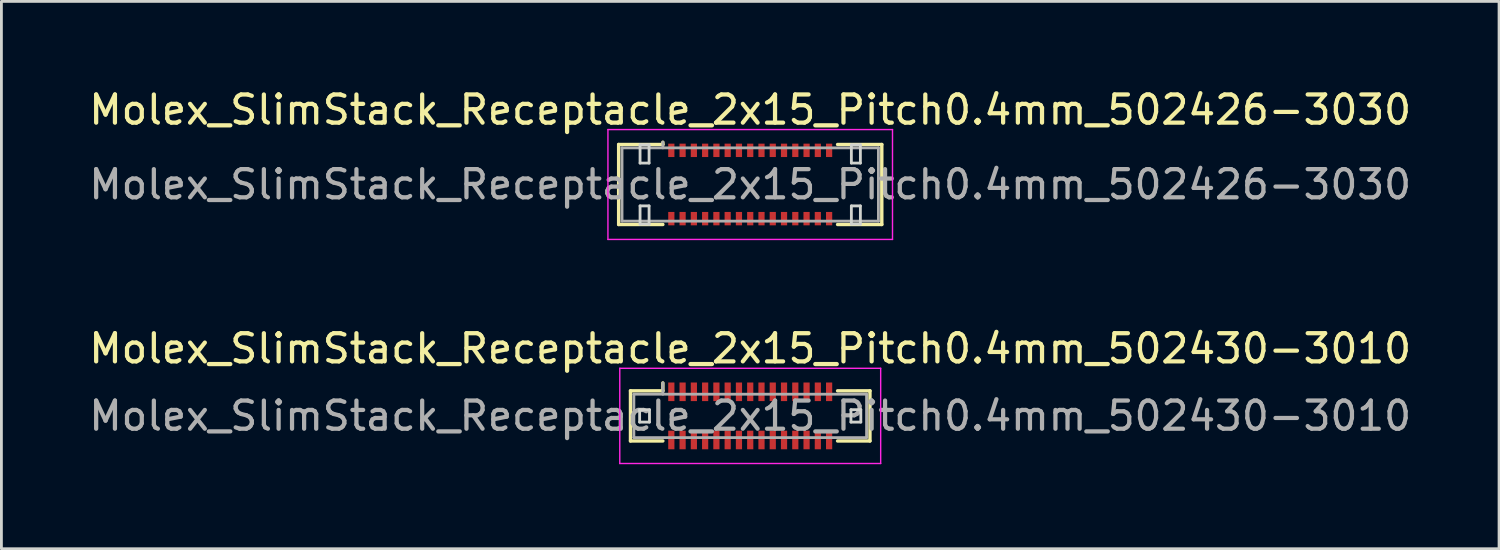
<source format=kicad_pcb>
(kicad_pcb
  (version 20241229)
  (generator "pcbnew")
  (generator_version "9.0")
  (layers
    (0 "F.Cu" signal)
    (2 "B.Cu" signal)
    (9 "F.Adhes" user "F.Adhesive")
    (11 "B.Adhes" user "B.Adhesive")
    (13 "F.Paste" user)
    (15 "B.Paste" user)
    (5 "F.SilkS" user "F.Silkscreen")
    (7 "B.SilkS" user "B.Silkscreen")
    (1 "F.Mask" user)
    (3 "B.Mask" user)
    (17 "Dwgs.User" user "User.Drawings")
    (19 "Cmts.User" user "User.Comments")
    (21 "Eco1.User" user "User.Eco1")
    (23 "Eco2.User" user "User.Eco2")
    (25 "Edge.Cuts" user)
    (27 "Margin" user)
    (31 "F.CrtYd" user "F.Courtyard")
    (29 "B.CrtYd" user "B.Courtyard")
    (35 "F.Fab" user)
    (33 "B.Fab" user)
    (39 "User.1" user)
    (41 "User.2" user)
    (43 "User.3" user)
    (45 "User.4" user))
  (footprint "Molex_SlimStack_Receptacle_2x15_Pitch0.4mm_502426-3030"
    (layer "F.Cu")
    (at 23.577 3.498)
    (property "Reference" "Molex_SlimStack_Receptacle_2x15_Pitch0.4mm_502426-3030" (at 0 -2.65 0) (layer "F.SilkS") (effects (font (size 1 1) (thickness 0.15))))
    (attr smd)
    (fp_line (start -4.67 -1.42) (end -3.1 -1.42) (stroke (width 0.12) (type solid)) (layer "F.SilkS"))
    (fp_line (start -4.67 1.42) (end -4.67 -1.42) (stroke (width 0.12) (type solid)) (layer "F.SilkS"))
    (fp_line (start -3.1 -1.42) (end -3.1 -1.5) (stroke (width 0.12) (type solid)) (layer "F.SilkS"))
    (fp_line (start -3.1 1.42) (end -4.67 1.42) (stroke (width 0.12) (type solid)) (layer "F.SilkS"))
    (fp_line (start 3.1 1.42) (end 4.67 1.42) (stroke (width 0.12) (type solid)) (layer "F.SilkS"))
    (fp_line (start 4.67 -1.42) (end 3.1 -1.42) (stroke (width 0.12) (type solid)) (layer "F.SilkS"))
    (fp_line (start 4.67 1.42) (end 4.67 -1.42) (stroke (width 0.12) (type solid)) (layer "F.SilkS"))
    (fp_line (start -3.91 -1.41) (end -3.91 -0.76) (stroke (width 0.1) (type solid)) (layer "Edge.Cuts"))
    (fp_line (start -3.91 -0.76) (end -3.59 -0.76) (stroke (width 0.1) (type solid)) (layer "Edge.Cuts"))
    (fp_line (start -3.91 0.76) (end -3.91 1.41) (stroke (width 0.1) (type solid)) (layer "Edge.Cuts"))
    (fp_line (start -3.91 1.41) (end -3.59 1.41) (stroke (width 0.1) (type solid)) (layer "Edge.Cuts"))
    (fp_line (start -3.59 -1.41) (end -3.91 -1.41) (stroke (width 0.1) (type solid)) (layer "Edge.Cuts"))
    (fp_line (start -3.59 -0.76) (end -3.59 -1.41) (stroke (width 0.1) (type solid)) (layer "Edge.Cuts"))
    (fp_line (start -3.59 0.76) (end -3.91 0.76) (stroke (width 0.1) (type solid)) (layer "Edge.Cuts"))
    (fp_line (start -3.59 1.41) (end -3.59 0.76) (stroke (width 0.1) (type solid)) (layer "Edge.Cuts"))
    (fp_line (start 3.59 -1.41) (end 3.59 -0.76) (stroke (width 0.1) (type solid)) (layer "Edge.Cuts"))
    (fp_line (start 3.59 -0.76) (end 3.91 -0.76) (stroke (width 0.1) (type solid)) (layer "Edge.Cuts"))
    (fp_line (start 3.59 0.76) (end 3.59 1.41) (stroke (width 0.1) (type solid)) (layer "Edge.Cuts"))
    (fp_line (start 3.59 1.41) (end 3.91 1.41) (stroke (width 0.1) (type solid)) (layer "Edge.Cuts"))
    (fp_line (start 3.91 -1.41) (end 3.59 -1.41) (stroke (width 0.1) (type solid)) (layer "Edge.Cuts"))
    (fp_line (start 3.91 -0.76) (end 3.91 -1.41) (stroke (width 0.1) (type solid)) (layer "Edge.Cuts"))
    (fp_line (start 3.91 0.76) (end 3.59 0.76) (stroke (width 0.1) (type solid)) (layer "Edge.Cuts"))
    (fp_line (start 3.91 1.41) (end 3.91 0.76) (stroke (width 0.1) (type solid)) (layer "Edge.Cuts"))
    (fp_line (start -5.05 -1.95) (end -5.05 1.95) (stroke (width 0.05) (type solid)) (layer "F.CrtYd"))
    (fp_line (start -5.05 1.95) (end 5.05 1.95) (stroke (width 0.05) (type solid)) (layer "F.CrtYd"))
    (fp_line (start 5.05 -1.95) (end -5.05 -1.95) (stroke (width 0.05) (type solid)) (layer "F.CrtYd"))
    (fp_line (start 5.05 1.95) (end 5.05 -1.95) (stroke (width 0.05) (type solid)) (layer "F.CrtYd"))
    (fp_line (start -4.55 -1.3) (end -4.55 1.3) (stroke (width 0.1) (type solid)) (layer "F.Fab"))
    (fp_line (start -4.55 1.3) (end 4.55 1.3) (stroke (width 0.1) (type solid)) (layer "F.Fab"))
    (fp_line (start -3.1 -1.3) (end -3.1 -1.5) (stroke (width 0.1) (type solid)) (layer "F.Fab"))
    (fp_line (start 4.55 -1.3) (end -4.55 -1.3) (stroke (width 0.1) (type solid)) (layer "F.Fab"))
    (fp_line (start 4.55 1.3) (end 4.55 -1.3) (stroke (width 0.1) (type solid)) (layer "F.Fab"))
    (fp_text user "${REFERENCE}" (at 0 0 0) (layer "F.Fab") (effects (font (size 1 1) (thickness 0.15))))
    (pad "1" smd rect (at -2.8 -1.212) (size 0.22 0.475) (layers "F.Cu" "F.Mask" "F.Paste"))
    (pad "2" smd rect (at -2.8 1.212) (size 0.22 0.475) (layers "F.Cu" "F.Mask" "F.Paste"))
    (pad "3" smd rect (at -2.4 -1.212) (size 0.22 0.475) (layers "F.Cu" "F.Mask" "F.Paste"))
    (pad "4" smd rect (at -2.4 1.212) (size 0.22 0.475) (layers "F.Cu" "F.Mask" "F.Paste"))
    (pad "5" smd rect (at -2 -1.212) (size 0.22 0.475) (layers "F.Cu" "F.Mask" "F.Paste"))
    (pad "6" smd rect (at -2 1.212) (size 0.22 0.475) (layers "F.Cu" "F.Mask" "F.Paste"))
    (pad "7" smd rect (at -1.6 -1.212) (size 0.22 0.475) (layers "F.Cu" "F.Mask" "F.Paste"))
    (pad "8" smd rect (at -1.6 1.212) (size 0.22 0.475) (layers "F.Cu" "F.Mask" "F.Paste"))
    (pad "9" smd rect (at -1.2 -1.212) (size 0.22 0.475) (layers "F.Cu" "F.Mask" "F.Paste"))
    (pad "10" smd rect (at -1.2 1.212) (size 0.22 0.475) (layers "F.Cu" "F.Mask" "F.Paste"))
    (pad "11" smd rect (at -0.8 -1.212) (size 0.22 0.475) (layers "F.Cu" "F.Mask" "F.Paste"))
    (pad "12" smd rect (at -0.8 1.212) (size 0.22 0.475) (layers "F.Cu" "F.Mask" "F.Paste"))
    (pad "13" smd rect (at -0.4 -1.212) (size 0.22 0.475) (layers "F.Cu" "F.Mask" "F.Paste"))
    (pad "14" smd rect (at -0.4 1.212) (size 0.22 0.475) (layers "F.Cu" "F.Mask" "F.Paste"))
    (pad "15" smd rect (at 0 -1.212) (size 0.22 0.475) (layers "F.Cu" "F.Mask" "F.Paste"))
    (pad "16" smd rect (at 0 1.212) (size 0.22 0.475) (layers "F.Cu" "F.Mask" "F.Paste"))
    (pad "17" smd rect (at 0.4 -1.212) (size 0.22 0.475) (layers "F.Cu" "F.Mask" "F.Paste"))
    (pad "18" smd rect (at 0.4 1.212) (size 0.22 0.475) (layers "F.Cu" "F.Mask" "F.Paste"))
    (pad "19" smd rect (at 0.8 -1.212) (size 0.22 0.475) (layers "F.Cu" "F.Mask" "F.Paste"))
    (pad "20" smd rect (at 0.8 1.212) (size 0.22 0.475) (layers "F.Cu" "F.Mask" "F.Paste"))
    (pad "21" smd rect (at 1.2 -1.212) (size 0.22 0.475) (layers "F.Cu" "F.Mask" "F.Paste"))
    (pad "22" smd rect (at 1.2 1.212) (size 0.22 0.475) (layers "F.Cu" "F.Mask" "F.Paste"))
    (pad "23" smd rect (at 1.6 -1.212) (size 0.22 0.475) (layers "F.Cu" "F.Mask" "F.Paste"))
    (pad "24" smd rect (at 1.6 1.212) (size 0.22 0.475) (layers "F.Cu" "F.Mask" "F.Paste"))
    (pad "25" smd rect (at 2 -1.212) (size 0.22 0.475) (layers "F.Cu" "F.Mask" "F.Paste"))
    (pad "26" smd rect (at 2 1.212) (size 0.22 0.475) (layers "F.Cu" "F.Mask" "F.Paste"))
    (pad "27" smd rect (at 2.4 -1.212) (size 0.22 0.475) (layers "F.Cu" "F.Mask" "F.Paste"))
    (pad "28" smd rect (at 2.4 1.212) (size 0.22 0.475) (layers "F.Cu" "F.Mask" "F.Paste"))
    (pad "29" smd rect (at 2.8 -1.212) (size 0.22 0.475) (layers "F.Cu" "F.Mask" "F.Paste"))
    (pad "30" smd rect (at 2.8 1.212) (size 0.22 0.475) (layers "F.Cu" "F.Mask" "F.Paste")))
  (footprint "Molex_SlimStack_Receptacle_2x15_Pitch0.4mm_502430-3010"
    (layer "F.Cu")
    (at 23.577 11.711)
    (property "Reference" "Molex_SlimStack_Receptacle_2x15_Pitch0.4mm_502430-3010" (at 0 -2.39 0) (layer "F.SilkS") (effects (font (size 1 1) (thickness 0.15))))
    (attr smd)
    (fp_line (start -4.25 -0.89) (end -3.1 -0.89) (stroke (width 0.12) (type solid)) (layer "F.SilkS"))
    (fp_line (start -4.25 0.89) (end -4.25 -0.89) (stroke (width 0.12) (type solid)) (layer "F.SilkS"))
    (fp_line (start -3.1 -0.89) (end -3.1 -1.17) (stroke (width 0.12) (type solid)) (layer "F.SilkS"))
    (fp_line (start -3.1 0.89) (end -4.25 0.89) (stroke (width 0.12) (type solid)) (layer "F.SilkS"))
    (fp_line (start 3.1 0.89) (end 4.25 0.89) (stroke (width 0.12) (type solid)) (layer "F.SilkS"))
    (fp_line (start 4.25 -0.89) (end 3.1 -0.89) (stroke (width 0.12) (type solid)) (layer "F.SilkS"))
    (fp_line (start 4.25 0.89) (end 4.25 -0.89) (stroke (width 0.12) (type solid)) (layer "F.SilkS"))
    (fp_line (start -3.925 -0.22) (end -3.925 0.22) (stroke (width 0.1) (type solid)) (layer "Edge.Cuts"))
    (fp_line (start -3.925 0.22) (end -3.575 0.22) (stroke (width 0.1) (type solid)) (layer "Edge.Cuts"))
    (fp_line (start -3.575 -0.22) (end -3.925 -0.22) (stroke (width 0.1) (type solid)) (layer "Edge.Cuts"))
    (fp_line (start -3.575 0.22) (end -3.575 -0.22) (stroke (width 0.1) (type solid)) (layer "Edge.Cuts"))
    (fp_line (start 3.575 -0.22) (end 3.575 0.22) (stroke (width 0.1) (type solid)) (layer "Edge.Cuts"))
    (fp_line (start 3.575 0.22) (end 3.925 0.22) (stroke (width 0.1) (type solid)) (layer "Edge.Cuts"))
    (fp_line (start 3.925 -0.22) (end 3.575 -0.22) (stroke (width 0.1) (type solid)) (layer "Edge.Cuts"))
    (fp_line (start 3.925 0.22) (end 3.925 -0.22) (stroke (width 0.1) (type solid)) (layer "Edge.Cuts"))
    (fp_line (start -4.63 -1.69) (end -4.63 1.69) (stroke (width 0.05) (type solid)) (layer "F.CrtYd"))
    (fp_line (start -4.63 1.69) (end 4.63 1.69) (stroke (width 0.05) (type solid)) (layer "F.CrtYd"))
    (fp_line (start 4.63 -1.69) (end -4.63 -1.69) (stroke (width 0.05) (type solid)) (layer "F.CrtYd"))
    (fp_line (start 4.63 1.69) (end 4.63 -1.69) (stroke (width 0.05) (type solid)) (layer "F.CrtYd"))
    (fp_line (start -4.13 -0.77) (end -4.13 0.77) (stroke (width 0.1) (type solid)) (layer "F.Fab"))
    (fp_line (start -4.13 0.77) (end 4.13 0.77) (stroke (width 0.1) (type solid)) (layer "F.Fab"))
    (fp_line (start -3.1 -0.77) (end -3.1 -1.17) (stroke (width 0.1) (type solid)) (layer "F.Fab"))
    (fp_line (start 4.13 -0.77) (end -4.13 -0.77) (stroke (width 0.1) (type solid)) (layer "F.Fab"))
    (fp_line (start 4.13 0.77) (end 4.13 -0.77) (stroke (width 0.1) (type solid)) (layer "F.Fab"))
    (fp_text user "${REFERENCE}" (at 0 0 0) (layer "F.Fab") (effects (font (size 1 1) (thickness 0.15))))
    (pad "1" smd rect (at -2.8 -0.855) (size 0.22 0.66) (layers "F.Cu" "F.Mask" "F.Paste"))
    (pad "2" smd rect (at -2.8 0.855) (size 0.22 0.66) (layers "F.Cu" "F.Mask" "F.Paste"))
    (pad "3" smd rect (at -2.4 -0.855) (size 0.22 0.66) (layers "F.Cu" "F.Mask" "F.Paste"))
    (pad "4" smd rect (at -2.4 0.855) (size 0.22 0.66) (layers "F.Cu" "F.Mask" "F.Paste"))
    (pad "5" smd rect (at -2 -0.855) (size 0.22 0.66) (layers "F.Cu" "F.Mask" "F.Paste"))
    (pad "6" smd rect (at -2 0.855) (size 0.22 0.66) (layers "F.Cu" "F.Mask" "F.Paste"))
    (pad "7" smd rect (at -1.6 -0.855) (size 0.22 0.66) (layers "F.Cu" "F.Mask" "F.Paste"))
    (pad "8" smd rect (at -1.6 0.855) (size 0.22 0.66) (layers "F.Cu" "F.Mask" "F.Paste"))
    (pad "9" smd rect (at -1.2 -0.855) (size 0.22 0.66) (layers "F.Cu" "F.Mask" "F.Paste"))
    (pad "10" smd rect (at -1.2 0.855) (size 0.22 0.66) (layers "F.Cu" "F.Mask" "F.Paste"))
    (pad "11" smd rect (at -0.8 -0.855) (size 0.22 0.66) (layers "F.Cu" "F.Mask" "F.Paste"))
    (pad "12" smd rect (at -0.8 0.855) (size 0.22 0.66) (layers "F.Cu" "F.Mask" "F.Paste"))
    (pad "13" smd rect (at -0.4 -0.855) (size 0.22 0.66) (layers "F.Cu" "F.Mask" "F.Paste"))
    (pad "14" smd rect (at -0.4 0.855) (size 0.22 0.66) (layers "F.Cu" "F.Mask" "F.Paste"))
    (pad "15" smd rect (at 0 -0.855) (size 0.22 0.66) (layers "F.Cu" "F.Mask" "F.Paste"))
    (pad "16" smd rect (at 0 0.855) (size 0.22 0.66) (layers "F.Cu" "F.Mask" "F.Paste"))
    (pad "17" smd rect (at 0.4 -0.855) (size 0.22 0.66) (layers "F.Cu" "F.Mask" "F.Paste"))
    (pad "18" smd rect (at 0.4 0.855) (size 0.22 0.66) (layers "F.Cu" "F.Mask" "F.Paste"))
    (pad "19" smd rect (at 0.8 -0.855) (size 0.22 0.66) (layers "F.Cu" "F.Mask" "F.Paste"))
    (pad "20" smd rect (at 0.8 0.855) (size 0.22 0.66) (layers "F.Cu" "F.Mask" "F.Paste"))
    (pad "21" smd rect (at 1.2 -0.855) (size 0.22 0.66) (layers "F.Cu" "F.Mask" "F.Paste"))
    (pad "22" smd rect (at 1.2 0.855) (size 0.22 0.66) (layers "F.Cu" "F.Mask" "F.Paste"))
    (pad "23" smd rect (at 1.6 -0.855) (size 0.22 0.66) (layers "F.Cu" "F.Mask" "F.Paste"))
    (pad "24" smd rect (at 1.6 0.855) (size 0.22 0.66) (layers "F.Cu" "F.Mask" "F.Paste"))
    (pad "25" smd rect (at 2 -0.855) (size 0.22 0.66) (layers "F.Cu" "F.Mask" "F.Paste"))
    (pad "26" smd rect (at 2 0.855) (size 0.22 0.66) (layers "F.Cu" "F.Mask" "F.Paste"))
    (pad "27" smd rect (at 2.4 -0.855) (size 0.22 0.66) (layers "F.Cu" "F.Mask" "F.Paste"))
    (pad "28" smd rect (at 2.4 0.855) (size 0.22 0.66) (layers "F.Cu" "F.Mask" "F.Paste"))
    (pad "29" smd rect (at 2.8 -0.855) (size 0.22 0.66) (layers "F.Cu" "F.Mask" "F.Paste"))
    (pad "30" smd rect (at 2.8 0.855) (size 0.22 0.66) (layers "F.Cu" "F.Mask" "F.Paste")))
  (gr_rect
    (start -3 -3)
    (end 50.155 16.427)
    (stroke (width 0.1) (type default))
    (fill no)
    (layer "Edge.Cuts")))
</source>
